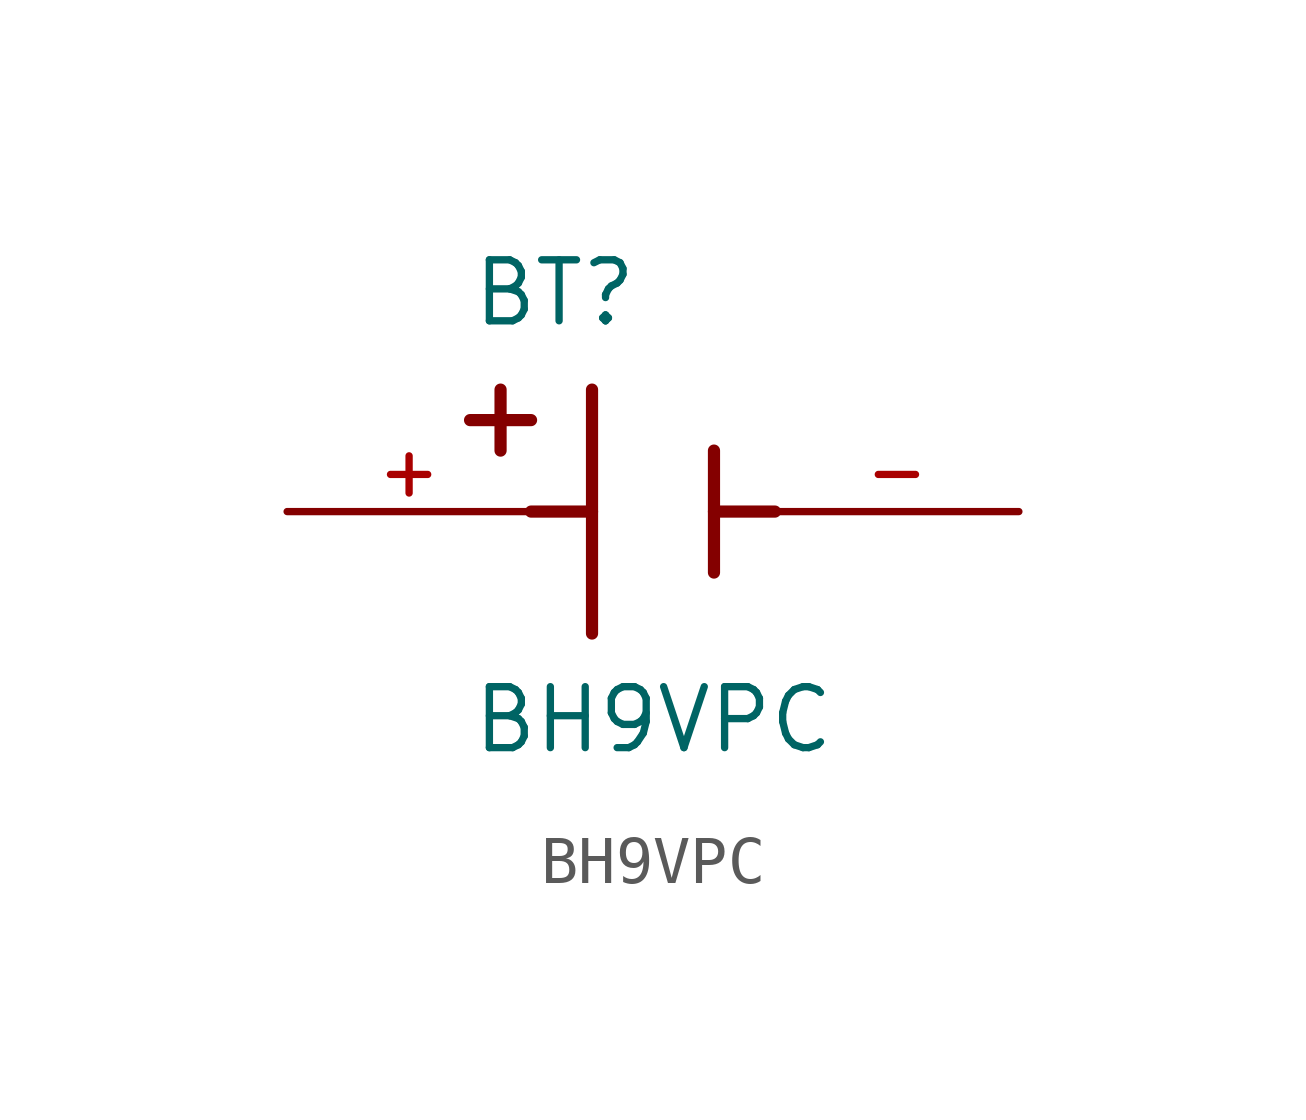
<source format=kicad_sym>
(kicad_symbol_lib
  (version 20211014)
  (generator kicad_symbol_editor)
  (symbol "BH9VPC"
    (pin_names
      (offset 1.016))
    (property "Reference" "BT"
      (at -3.81 3.81 0)
      (effects (font (size 1.27 1.27)) (justify bottom left)))
    (property "Value" "BH9VPC"
      (at -3.81 -5.08 0)
      (effects (font (size 1.27 1.27)) (justify bottom left)))
    (symbol "BH9VPC_0_0"
      (polyline (pts (xy -1.27 2.54) (xy -1.27 -2.54)) (stroke (width 0.254)))
      (polyline (pts (xy 1.27 1.27) (xy 1.27 -1.27)) (stroke (width 0.254)))
      (polyline (pts (xy -1.27 0.0) (xy -2.54 0.0)) (stroke (width 0.254)))
      (polyline (pts (xy 1.27 0.0) (xy 2.54 0.0)) (stroke (width 0.254)))
      (polyline (pts (xy -3.175 2.54) (xy -3.175 1.27)) (stroke (width 0.254)))
      (polyline (pts (xy -3.81 1.905) (xy -2.54 1.905)) (stroke (width 0.254)))
      (pin passive line (at -7.62 0.0 0) (length 5.08) (name "~" (effects (font (size 1.016 1.016)))) (number "+" (effects (font (size 1.016 1.016)))))
      (pin passive line (at 7.62 0.0 180.0) (length 5.08) (name "~" (effects (font (size 1.016 1.016)))) (number "-" (effects (font (size 1.016 1.016))))))))
</source>
